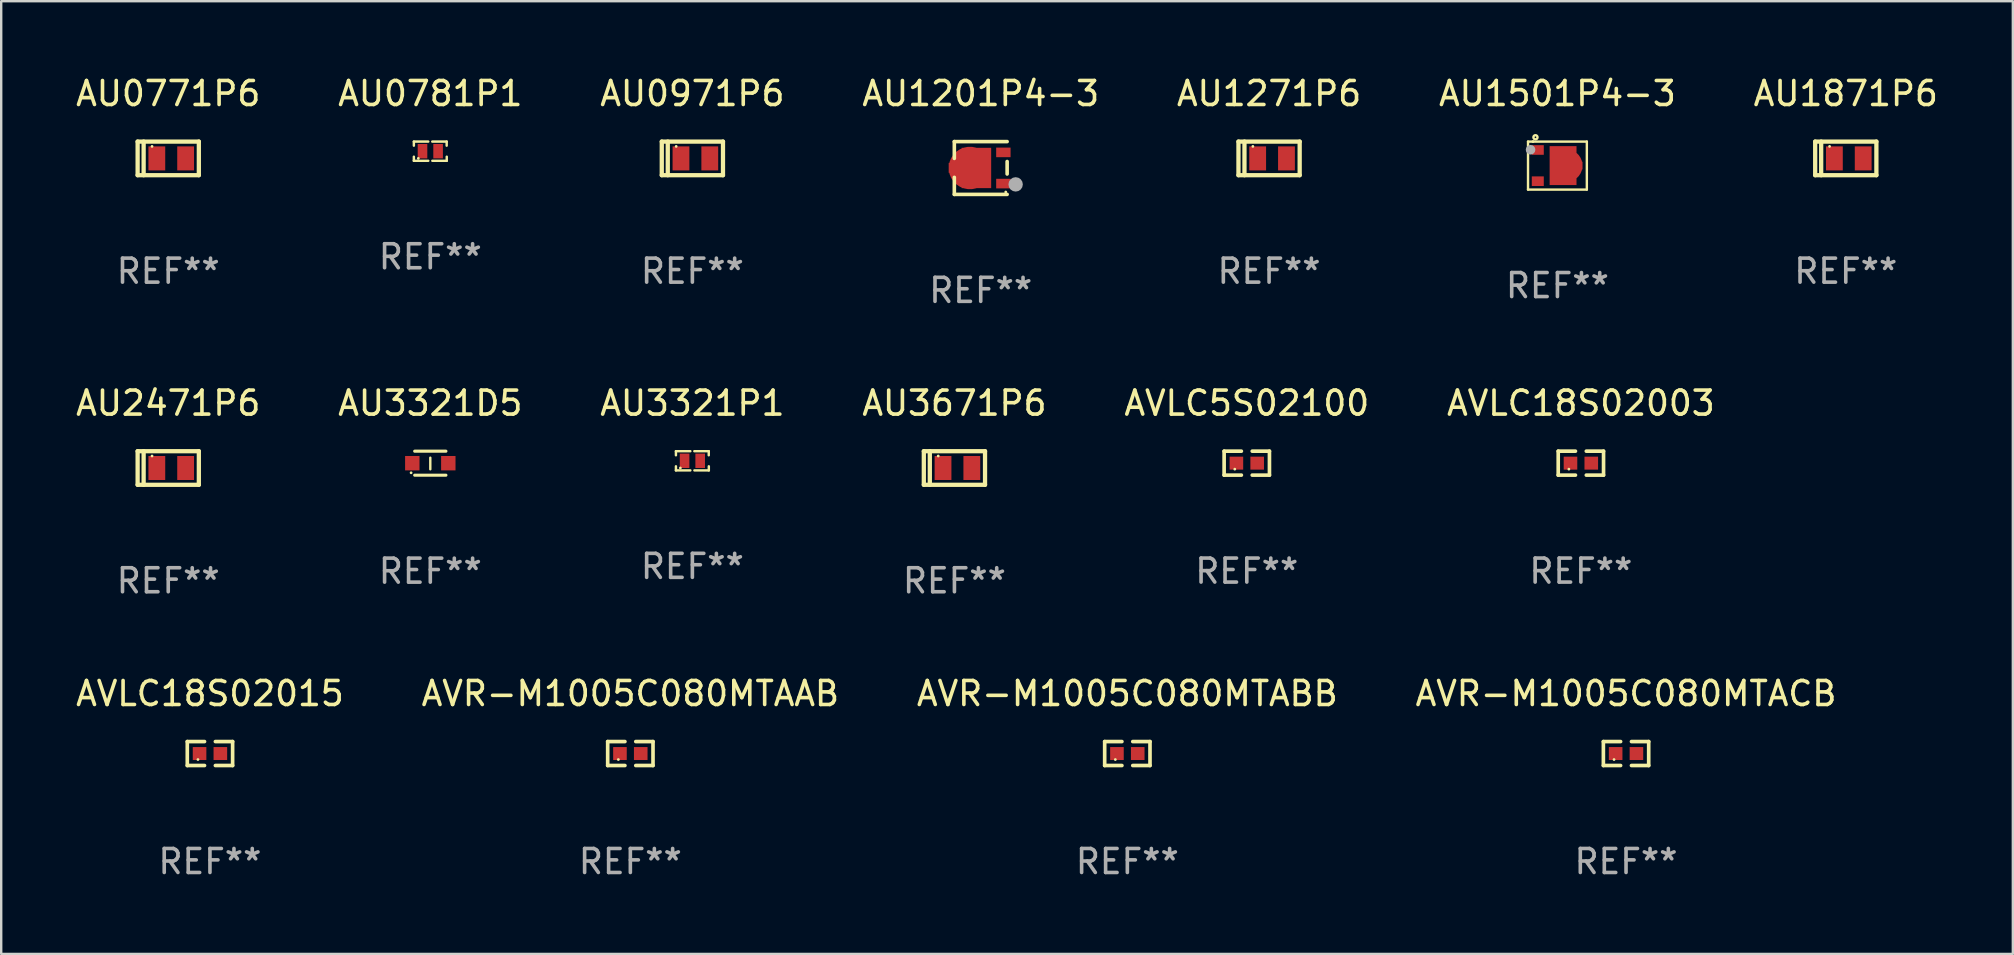
<source format=kicad_pcb>
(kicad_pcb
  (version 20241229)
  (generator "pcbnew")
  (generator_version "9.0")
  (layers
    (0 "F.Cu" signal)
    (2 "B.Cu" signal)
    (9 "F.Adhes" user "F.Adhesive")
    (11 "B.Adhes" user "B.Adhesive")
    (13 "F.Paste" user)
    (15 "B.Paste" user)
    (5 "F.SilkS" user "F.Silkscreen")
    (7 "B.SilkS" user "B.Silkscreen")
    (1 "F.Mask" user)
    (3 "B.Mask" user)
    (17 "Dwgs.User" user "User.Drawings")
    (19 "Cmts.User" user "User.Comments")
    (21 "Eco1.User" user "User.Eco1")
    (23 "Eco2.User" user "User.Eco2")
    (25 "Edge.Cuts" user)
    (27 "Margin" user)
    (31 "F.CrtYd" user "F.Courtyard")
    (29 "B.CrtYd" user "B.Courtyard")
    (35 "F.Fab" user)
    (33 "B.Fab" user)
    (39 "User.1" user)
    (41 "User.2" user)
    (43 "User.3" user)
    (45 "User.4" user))
  (footprint "AU3321D5"
    (layer "F.Cu")
    (at 14.875 16.245)
    (property "Reference" "AU3321D5" (at 0 -2.5 0) (layer "F.SilkS") (effects (font (size 1 1) (thickness 0.15))))
    (attr through_hole)
    (fp_line (start -0.65 -0.5) (end 0.65 -0.5) (stroke (width 0.13) (type solid)) (layer "F.SilkS"))
    (fp_line (start -0.65 0.5) (end 0.65 0.5) (stroke (width 0.13) (type solid)) (layer "F.SilkS"))
    (fp_line (start 0 -0.229) (end 0 0.254) (stroke (width 0.1) (type solid)) (layer "F.SilkS"))
    (fp_circle (center -0.8 0.4) (end -0.77 0.4) (stroke (width 0.06) (type solid)) (fill no) (layer "F.SilkS"))
    (fp_text user "REF**" (at 0 4.5 0) (layer "F.Fab") (effects (font (size 1 1) (thickness 0.15))))
    (pad "1" smd rect (at -0.75 0) (size 0.6 0.6) (layers "F.Cu" "F.Mask" "F.Paste"))
    (pad "2" smd rect (at 0.75 0 180) (size 0.6 0.6) (layers "F.Cu" "F.Mask" "F.Paste")))
  (footprint "AU0781P1"
    (layer "F.Cu")
    (at 14.875 3.248)
    (property "Reference" "AU0781P1" (at 0 -2.4 0) (layer "F.SilkS") (effects (font (size 1 1) (thickness 0.15))))
    (attr through_hole)
    (fp_line (start -0.685 -0.4) (end -0.685 -0.23) (stroke (width 0.102) (type solid)) (layer "F.SilkS"))
    (fp_line (start -0.685 0.4) (end -0.685 0.23) (stroke (width 0.102) (type solid)) (layer "F.SilkS"))
    (fp_line (start -0.085 -0.4) (end -0.685 -0.4) (stroke (width 0.102) (type solid)) (layer "F.SilkS"))
    (fp_line (start -0.085 0.4) (end -0.685 0.4) (stroke (width 0.102) (type solid)) (layer "F.SilkS"))
    (fp_line (start 0.082 -0.4) (end 0.682 -0.4) (stroke (width 0.102) (type solid)) (layer "F.SilkS"))
    (fp_line (start 0.085 0.4) (end 0.685 0.4) (stroke (width 0.102) (type solid)) (layer "F.SilkS"))
    (fp_line (start 0.682 -0.4) (end 0.682 -0.23) (stroke (width 0.102) (type solid)) (layer "F.SilkS"))
    (fp_line (start 0.685 0.4) (end 0.685 0.23) (stroke (width 0.102) (type solid)) (layer "F.SilkS"))
    (fp_circle (center -0.5 0.3) (end -0.47 0.3) (stroke (width 0.06) (type solid)) (fill no) (layer "F.SilkS"))
    (fp_text user "REF**" (at 0 4.4 0) (layer "F.Fab") (effects (font (size 1 1) (thickness 0.15))))
    (pad "1" smd rect (at -0.325 0) (size 0.4 0.6) (layers "F.Cu" "F.Mask" "F.Paste"))
    (pad "2" smd rect (at 0.325 0) (size 0.4 0.6) (layers "F.Cu" "F.Mask" "F.Paste")))
  (footprint "AU3671P6"
    (layer "F.Cu")
    (at 36.708 16.445)
    (property "Reference" "AU3671P6" (at 0 -2.7 0) (layer "F.SilkS") (effects (font (size 1 1) (thickness 0.15))))
    (attr through_hole)
    (fp_line (start -1.275 -0.7) (end -1.275 0.7) (stroke (width 0.178) (type solid)) (layer "F.SilkS"))
    (fp_line (start -1.275 -0.7) (end 1.275 -0.7) (stroke (width 0.178) (type solid)) (layer "F.SilkS"))
    (fp_line (start -1.275 0.7) (end 1.275 0.7) (stroke (width 0.178) (type solid)) (layer "F.SilkS"))
    (fp_line (start -1.025 -0.7) (end -1.025 0.7) (stroke (width 0.178) (type solid)) (layer "F.SilkS"))
    (fp_line (start 1.275 -0.7) (end 1.275 0.7) (stroke (width 0.178) (type solid)) (layer "F.SilkS"))
    (fp_circle (center -0.675 -0.5) (end -0.645 -0.5) (stroke (width 0.06) (type solid)) (fill no) (layer "F.SilkS"))
    (fp_text user "REF**" (at 0 4.7 0) (layer "F.Fab") (effects (font (size 1 1) (thickness 0.15))))
    (pad "1" smd rect (at -0.475 0 90) (size 1 0.7) (layers "F.Cu" "F.Mask" "F.Paste"))
    (pad "2" smd rect (at 0.725 0 90) (size 1 0.7) (layers "F.Cu" "F.Mask" "F.Paste")))
  (footprint "AU1871P6"
    (layer "F.Cu")
    (at 73.839 3.548)
    (property "Reference" "AU1871P6" (at 0 -2.7 0) (layer "F.SilkS") (effects (font (size 1 1) (thickness 0.15))))
    (attr through_hole)
    (fp_line (start -1.275 -0.7) (end -1.275 0.7) (stroke (width 0.178) (type solid)) (layer "F.SilkS"))
    (fp_line (start -1.275 -0.7) (end 1.275 -0.7) (stroke (width 0.178) (type solid)) (layer "F.SilkS"))
    (fp_line (start -1.275 0.7) (end 1.275 0.7) (stroke (width 0.178) (type solid)) (layer "F.SilkS"))
    (fp_line (start -1.025 -0.7) (end -1.025 0.7) (stroke (width 0.178) (type solid)) (layer "F.SilkS"))
    (fp_line (start 1.275 -0.7) (end 1.275 0.7) (stroke (width 0.178) (type solid)) (layer "F.SilkS"))
    (fp_circle (center -0.675 -0.5) (end -0.645 -0.5) (stroke (width 0.06) (type solid)) (fill no) (layer "F.SilkS"))
    (fp_text user "REF**" (at 0 4.7 0) (layer "F.Fab") (effects (font (size 1 1) (thickness 0.15))))
    (pad "1" smd rect (at -0.475 0 90) (size 1 0.7) (layers "F.Cu" "F.Mask" "F.Paste"))
    (pad "2" smd rect (at 0.725 0 90) (size 1 0.7) (layers "F.Cu" "F.Mask" "F.Paste")))
  (footprint "AU3321P1"
    (layer "F.Cu")
    (at 25.792 16.145)
    (property "Reference" "AU3321P1" (at 0 -2.4 0) (layer "F.SilkS") (effects (font (size 1 1) (thickness 0.15))))
    (attr through_hole)
    (fp_line (start -0.685 -0.4) (end -0.685 -0.23) (stroke (width 0.102) (type solid)) (layer "F.SilkS"))
    (fp_line (start -0.685 0.4) (end -0.685 0.23) (stroke (width 0.102) (type solid)) (layer "F.SilkS"))
    (fp_line (start -0.085 -0.4) (end -0.685 -0.4) (stroke (width 0.102) (type solid)) (layer "F.SilkS"))
    (fp_line (start -0.085 0.4) (end -0.685 0.4) (stroke (width 0.102) (type solid)) (layer "F.SilkS"))
    (fp_line (start 0.082 -0.4) (end 0.682 -0.4) (stroke (width 0.102) (type solid)) (layer "F.SilkS"))
    (fp_line (start 0.085 0.4) (end 0.685 0.4) (stroke (width 0.102) (type solid)) (layer "F.SilkS"))
    (fp_line (start 0.682 -0.4) (end 0.682 -0.23) (stroke (width 0.102) (type solid)) (layer "F.SilkS"))
    (fp_line (start 0.685 0.4) (end 0.685 0.23) (stroke (width 0.102) (type solid)) (layer "F.SilkS"))
    (fp_circle (center -0.5 0.3) (end -0.47 0.3) (stroke (width 0.06) (type solid)) (fill no) (layer "F.SilkS"))
    (fp_text user "REF**" (at 0 4.4 0) (layer "F.Fab") (effects (font (size 1 1) (thickness 0.15))))
    (pad "1" smd rect (at -0.325 0) (size 0.4 0.6) (layers "F.Cu" "F.Mask" "F.Paste"))
    (pad "2" smd rect (at 0.325 0) (size 0.4 0.6) (layers "F.Cu" "F.Mask" "F.Paste")))
  (footprint "AU2471P6"
    (layer "F.Cu")
    (at 3.958 16.445)
    (property "Reference" "AU2471P6" (at 0 -2.7 0) (layer "F.SilkS") (effects (font (size 1 1) (thickness 0.15))))
    (attr through_hole)
    (fp_line (start -1.275 -0.7) (end -1.275 0.7) (stroke (width 0.178) (type solid)) (layer "F.SilkS"))
    (fp_line (start -1.275 -0.7) (end 1.275 -0.7) (stroke (width 0.178) (type solid)) (layer "F.SilkS"))
    (fp_line (start -1.275 0.7) (end 1.275 0.7) (stroke (width 0.178) (type solid)) (layer "F.SilkS"))
    (fp_line (start -1.025 -0.7) (end -1.025 0.7) (stroke (width 0.178) (type solid)) (layer "F.SilkS"))
    (fp_line (start 1.275 -0.7) (end 1.275 0.7) (stroke (width 0.178) (type solid)) (layer "F.SilkS"))
    (fp_circle (center -0.675 -0.5) (end -0.645 -0.5) (stroke (width 0.06) (type solid)) (fill no) (layer "F.SilkS"))
    (fp_text user "REF**" (at 0 4.7 0) (layer "F.Fab") (effects (font (size 1 1) (thickness 0.15))))
    (pad "1" smd rect (at -0.475 0 90) (size 1 0.7) (layers "F.Cu" "F.Mask" "F.Paste"))
    (pad "2" smd rect (at 0.725 0 90) (size 1 0.7) (layers "F.Cu" "F.Mask" "F.Paste")))
  (footprint "AU0771P6"
    (layer "F.Cu")
    (at 3.958 3.548)
    (property "Reference" "AU0771P6" (at 0 -2.7 0) (layer "F.SilkS") (effects (font (size 1 1) (thickness 0.15))))
    (attr through_hole)
    (fp_line (start -1.275 -0.7) (end -1.275 0.7) (stroke (width 0.178) (type solid)) (layer "F.SilkS"))
    (fp_line (start -1.275 -0.7) (end 1.275 -0.7) (stroke (width 0.178) (type solid)) (layer "F.SilkS"))
    (fp_line (start -1.275 0.7) (end 1.275 0.7) (stroke (width 0.178) (type solid)) (layer "F.SilkS"))
    (fp_line (start -1.025 -0.7) (end -1.025 0.7) (stroke (width 0.178) (type solid)) (layer "F.SilkS"))
    (fp_line (start 1.275 -0.7) (end 1.275 0.7) (stroke (width 0.178) (type solid)) (layer "F.SilkS"))
    (fp_circle (center -0.675 -0.5) (end -0.645 -0.5) (stroke (width 0.06) (type solid)) (fill no) (layer "F.SilkS"))
    (fp_text user "REF**" (at 0 4.7 0) (layer "F.Fab") (effects (font (size 1 1) (thickness 0.15))))
    (pad "1" smd rect (at -0.475 0 90) (size 1 0.7) (layers "F.Cu" "F.Mask" "F.Paste"))
    (pad "2" smd rect (at 0.725 0 90) (size 1 0.7) (layers "F.Cu" "F.Mask" "F.Paste")))
  (footprint "AVLC18S02003"
    (layer "F.Cu")
    (at 62.804 16.243)
    (property "Reference" "AVLC18S02003" (at 0 -2.499 0) (layer "F.SilkS") (effects (font (size 1 1) (thickness 0.15))))
    (attr through_hole)
    (fp_line (start -0.944 -0.499) (end -0.226 -0.499) (stroke (width 0.152) (type solid)) (layer "F.SilkS"))
    (fp_line (start -0.944 0.499) (end -0.944 -0.499) (stroke (width 0.152) (type solid)) (layer "F.SilkS"))
    (fp_line (start -0.226 0.499) (end -0.944 0.499) (stroke (width 0.152) (type solid)) (layer "F.SilkS"))
    (fp_line (start 0.226 0.499) (end 0.944 0.499) (stroke (width 0.152) (type solid)) (layer "F.SilkS"))
    (fp_line (start 0.944 -0.499) (end 0.226 -0.499) (stroke (width 0.152) (type solid)) (layer "F.SilkS"))
    (fp_line (start 0.944 0.499) (end 0.944 -0.499) (stroke (width 0.152) (type solid)) (layer "F.SilkS"))
    (fp_circle (center -0.5 0.25) (end -0.47 0.25) (stroke (width 0.06) (type solid)) (fill no) (layer "F.SilkS"))
    (fp_text user "REF**" (at 0 4.499 0) (layer "F.Fab") (effects (font (size 1 1) (thickness 0.15))))
    (pad "1" smd rect (at -0.433 0) (size 0.566 0.54) (layers "F.Cu" "F.Mask" "F.Paste"))
    (pad "2" smd rect (at 0.433 0) (size 0.566 0.54) (layers "F.Cu" "F.Mask" "F.Paste")))
  (footprint "AU0971P6"
    (layer "F.Cu")
    (at 25.792 3.548)
    (property "Reference" "AU0971P6" (at 0 -2.7 0) (layer "F.SilkS") (effects (font (size 1 1) (thickness 0.15))))
    (attr through_hole)
    (fp_line (start -1.275 -0.7) (end -1.275 0.7) (stroke (width 0.178) (type solid)) (layer "F.SilkS"))
    (fp_line (start -1.275 -0.7) (end 1.275 -0.7) (stroke (width 0.178) (type solid)) (layer "F.SilkS"))
    (fp_line (start -1.275 0.7) (end 1.275 0.7) (stroke (width 0.178) (type solid)) (layer "F.SilkS"))
    (fp_line (start -1.025 -0.7) (end -1.025 0.7) (stroke (width 0.178) (type solid)) (layer "F.SilkS"))
    (fp_line (start 1.275 -0.7) (end 1.275 0.7) (stroke (width 0.178) (type solid)) (layer "F.SilkS"))
    (fp_circle (center -0.675 -0.5) (end -0.645 -0.5) (stroke (width 0.06) (type solid)) (fill no) (layer "F.SilkS"))
    (fp_text user "REF**" (at 0 4.7 0) (layer "F.Fab") (effects (font (size 1 1) (thickness 0.15))))
    (pad "1" smd rect (at -0.475 0 90) (size 1 0.7) (layers "F.Cu" "F.Mask" "F.Paste"))
    (pad "2" smd rect (at 0.725 0 90) (size 1 0.7) (layers "F.Cu" "F.Mask" "F.Paste")))
  (footprint "AVLC18S02015"
    (layer "F.Cu")
    (at 5.696 28.34)
    (property "Reference" "AVLC18S02015" (at 0 -2.499 0) (layer "F.SilkS") (effects (font (size 1 1) (thickness 0.15))))
    (attr through_hole)
    (fp_line (start -0.944 -0.499) (end -0.226 -0.499) (stroke (width 0.152) (type solid)) (layer "F.SilkS"))
    (fp_line (start -0.944 0.499) (end -0.944 -0.499) (stroke (width 0.152) (type solid)) (layer "F.SilkS"))
    (fp_line (start -0.226 0.499) (end -0.944 0.499) (stroke (width 0.152) (type solid)) (layer "F.SilkS"))
    (fp_line (start 0.226 0.499) (end 0.944 0.499) (stroke (width 0.152) (type solid)) (layer "F.SilkS"))
    (fp_line (start 0.944 -0.499) (end 0.226 -0.499) (stroke (width 0.152) (type solid)) (layer "F.SilkS"))
    (fp_line (start 0.944 0.499) (end 0.944 -0.499) (stroke (width 0.152) (type solid)) (layer "F.SilkS"))
    (fp_circle (center -0.5 0.25) (end -0.47 0.25) (stroke (width 0.06) (type solid)) (fill no) (layer "F.SilkS"))
    (fp_text user "REF**" (at 0 4.499 0) (layer "F.Fab") (effects (font (size 1 1) (thickness 0.15))))
    (pad "1" smd rect (at -0.433 0) (size 0.566 0.54) (layers "F.Cu" "F.Mask" "F.Paste"))
    (pad "2" smd rect (at 0.433 0) (size 0.566 0.54) (layers "F.Cu" "F.Mask" "F.Paste")))
  (footprint "AU1201P4-3"
    (layer "F.Cu")
    (at 37.804 3.948)
    (property "Reference" "AU1201P4-3" (at 0 -3.1 0) (layer "F.SilkS") (effects (font (size 1 1) (thickness 0.15))))
    (attr through_hole)
    (fp_line (start -1.1 -1.1) (end -1.1 -0.4) (stroke (width 0.15) (type solid)) (layer "F.SilkS"))
    (fp_line (start -1.1 -1.1) (end 1.1 -1.1) (stroke (width 0.15) (type solid)) (layer "F.SilkS"))
    (fp_line (start -1.1 1.1) (end -1.1 0.39) (stroke (width 0.15) (type solid)) (layer "F.SilkS"))
    (fp_line (start 1.1 -0.27) (end 1.1 0.25) (stroke (width 0.15) (type solid)) (layer "F.SilkS"))
    (fp_line (start 1.1 1.1) (end -1.1 1.1) (stroke (width 0.15) (type solid)) (layer "F.SilkS"))
    (fp_circle (center 1.042 1) (end 1.072 1) (stroke (width 0.06) (type solid)) (fill no) (layer "F.SilkS"))
    (fp_circle (center 1.454 0.683) (end 1.604 0.683) (stroke (width 0.3) (type solid)) (fill no) (layer "F.Fab"))
    (fp_text user "REF**" (at 0 5.1 0) (layer "F.Fab") (effects (font (size 1 1) (thickness 0.15))))
    (pad "1" smd rect (at 0.943 0.65) (size 0.6 0.4) (layers "F.Cu" "F.Mask" "F.Paste"))
    (pad "2" smd rect (at 0.943 -0.65) (size 0.6 0.4) (layers "F.Cu" "F.Mask" "F.Paste"))
    (pad "3" smd custom (at -0.45 0) (size 1.77 1.68) (layers "F.Cu" "F.Mask" "F.Paste") (options (anchor circle)) (primitives (gr_poly (pts (xy -0.885 -0.21) (xy -0.345 -0.21) (xy -0.345 -0.84) (xy 0.885 -0.84) (xy 0.885 0.84) (xy -0.345 0.84) (xy -0.345 0.2) (xy -0.885 0.2) (xy -0.885 -0.21)) (width 0) (fill yes)))))
  (footprint "AU1271P6"
    (layer "F.Cu")
    (at 49.815 3.548)
    (property "Reference" "AU1271P6" (at 0 -2.7 0) (layer "F.SilkS") (effects (font (size 1 1) (thickness 0.15))))
    (attr through_hole)
    (fp_line (start -1.275 -0.7) (end -1.275 0.7) (stroke (width 0.178) (type solid)) (layer "F.SilkS"))
    (fp_line (start -1.275 -0.7) (end 1.275 -0.7) (stroke (width 0.178) (type solid)) (layer "F.SilkS"))
    (fp_line (start -1.275 0.7) (end 1.275 0.7) (stroke (width 0.178) (type solid)) (layer "F.SilkS"))
    (fp_line (start -1.025 -0.7) (end -1.025 0.7) (stroke (width 0.178) (type solid)) (layer "F.SilkS"))
    (fp_line (start 1.275 -0.7) (end 1.275 0.7) (stroke (width 0.178) (type solid)) (layer "F.SilkS"))
    (fp_circle (center -0.675 -0.5) (end -0.645 -0.5) (stroke (width 0.06) (type solid)) (fill no) (layer "F.SilkS"))
    (fp_text user "REF**" (at 0 4.7 0) (layer "F.Fab") (effects (font (size 1 1) (thickness 0.15))))
    (pad "1" smd rect (at -0.475 0 90) (size 1 0.7) (layers "F.Cu" "F.Mask" "F.Paste"))
    (pad "2" smd rect (at 0.725 0 90) (size 1 0.7) (layers "F.Cu" "F.Mask" "F.Paste")))
  (footprint "AU1501P4-3"
    (layer "F.Cu")
    (at 61.827 3.848)
    (property "Reference" "AU1501P4-3" (at 0 -3 0) (layer "F.SilkS") (effects (font (size 1 1) (thickness 0.15))))
    (attr through_hole)
    (fp_line (start -1.225 -1) (end -1.225 1) (stroke (width 0.1) (type solid)) (layer "F.SilkS"))
    (fp_line (start -1.225 -1) (end 1.225 -1) (stroke (width 0.1) (type solid)) (layer "F.SilkS"))
    (fp_line (start -1.225 1) (end 1.225 1) (stroke (width 0.1) (type solid)) (layer "F.SilkS"))
    (fp_line (start 1.225 -1) (end 1.225 1) (stroke (width 0.1) (type solid)) (layer "F.SilkS"))
    (fp_circle (center -1.019 -1) (end -0.989 -1) (stroke (width 0.06) (type solid)) (fill no) (layer "F.SilkS"))
    (fp_circle (center -0.915 -1.18) (end -0.879 -1.18) (stroke (width 0.1) (type solid)) (fill no) (layer "F.SilkS"))
    (fp_circle (center -1.119 -0.66) (end -1.019 -0.66) (stroke (width 0.2) (type solid)) (fill no) (layer "F.Fab"))
    (fp_text user "REF**" (at 0 5 0) (layer "F.Fab") (effects (font (size 1 1) (thickness 0.15))))
    (pad "1" smd rect (at -0.818 -0.65) (size 0.5 0.4) (layers "F.Cu" "F.Mask" "F.Paste"))
    (pad "2" smd rect (at -0.818 0.65) (size 0.5 0.4) (layers "F.Cu" "F.Mask" "F.Paste"))
    (pad "3" smd custom (at 0.36 0) (size 1.37 1.62) (layers "F.Cu" "F.Mask" "F.Paste") (options (anchor circle)) (primitives (gr_poly (pts (xy -0.685 -0.81) (xy -0.685 0.81) (xy 0.435 0.81) (xy 0.435 0.16) (xy 0.685 0.16) (xy 0.685 -0.16) (xy 0.435 -0.16) (xy 0.435 -0.81) (xy -0.545 -0.81)) (width 0) (fill yes)))))
  (footprint "AVR-M1005C080MTABB"
    (layer "F.Cu")
    (at 43.911 28.34)
    (property "Reference" "AVR-M1005C080MTABB" (at 0 -2.499 0) (layer "F.SilkS") (effects (font (size 1 1) (thickness 0.15))))
    (attr through_hole)
    (fp_line (start -0.944 -0.499) (end -0.226 -0.499) (stroke (width 0.152) (type solid)) (layer "F.SilkS"))
    (fp_line (start -0.944 0.499) (end -0.944 -0.499) (stroke (width 0.152) (type solid)) (layer "F.SilkS"))
    (fp_line (start -0.226 0.499) (end -0.944 0.499) (stroke (width 0.152) (type solid)) (layer "F.SilkS"))
    (fp_line (start 0.226 0.499) (end 0.944 0.499) (stroke (width 0.152) (type solid)) (layer "F.SilkS"))
    (fp_line (start 0.944 -0.499) (end 0.226 -0.499) (stroke (width 0.152) (type solid)) (layer "F.SilkS"))
    (fp_line (start 0.944 0.499) (end 0.944 -0.499) (stroke (width 0.152) (type solid)) (layer "F.SilkS"))
    (fp_circle (center -0.5 0.25) (end -0.47 0.25) (stroke (width 0.06) (type solid)) (fill no) (layer "F.SilkS"))
    (fp_text user "REF**" (at 0 4.499 0) (layer "F.Fab") (effects (font (size 1 1) (thickness 0.15))))
    (pad "1" smd rect (at -0.433 0) (size 0.566 0.54) (layers "F.Cu" "F.Mask" "F.Paste"))
    (pad "2" smd rect (at 0.433 0) (size 0.566 0.54) (layers "F.Cu" "F.Mask" "F.Paste")))
  (footprint "AVR-M1005C080MTACB"
    (layer "F.Cu")
    (at 64.685 28.34)
    (property "Reference" "AVR-M1005C080MTACB" (at 0 -2.499 0) (layer "F.SilkS") (effects (font (size 1 1) (thickness 0.15))))
    (attr through_hole)
    (fp_line (start -0.944 -0.499) (end -0.226 -0.499) (stroke (width 0.152) (type solid)) (layer "F.SilkS"))
    (fp_line (start -0.944 0.499) (end -0.944 -0.499) (stroke (width 0.152) (type solid)) (layer "F.SilkS"))
    (fp_line (start -0.226 0.499) (end -0.944 0.499) (stroke (width 0.152) (type solid)) (layer "F.SilkS"))
    (fp_line (start 0.226 0.499) (end 0.944 0.499) (stroke (width 0.152) (type solid)) (layer "F.SilkS"))
    (fp_line (start 0.944 -0.499) (end 0.226 -0.499) (stroke (width 0.152) (type solid)) (layer "F.SilkS"))
    (fp_line (start 0.944 0.499) (end 0.944 -0.499) (stroke (width 0.152) (type solid)) (layer "F.SilkS"))
    (fp_circle (center -0.5 0.25) (end -0.47 0.25) (stroke (width 0.06) (type solid)) (fill no) (layer "F.SilkS"))
    (fp_text user "REF**" (at 0 4.499 0) (layer "F.Fab") (effects (font (size 1 1) (thickness 0.15))))
    (pad "1" smd rect (at -0.433 0) (size 0.566 0.54) (layers "F.Cu" "F.Mask" "F.Paste"))
    (pad "2" smd rect (at 0.433 0) (size 0.566 0.54) (layers "F.Cu" "F.Mask" "F.Paste")))
  (footprint "AVLC5S02100"
    (layer "F.Cu")
    (at 48.887 16.243)
    (property "Reference" "AVLC5S02100" (at 0 -2.499 0) (layer "F.SilkS") (effects (font (size 1 1) (thickness 0.15))))
    (attr through_hole)
    (fp_line (start -0.944 -0.499) (end -0.226 -0.499) (stroke (width 0.152) (type solid)) (layer "F.SilkS"))
    (fp_line (start -0.944 0.499) (end -0.944 -0.499) (stroke (width 0.152) (type solid)) (layer "F.SilkS"))
    (fp_line (start -0.226 0.499) (end -0.944 0.499) (stroke (width 0.152) (type solid)) (layer "F.SilkS"))
    (fp_line (start 0.226 0.499) (end 0.944 0.499) (stroke (width 0.152) (type solid)) (layer "F.SilkS"))
    (fp_line (start 0.944 -0.499) (end 0.226 -0.499) (stroke (width 0.152) (type solid)) (layer "F.SilkS"))
    (fp_line (start 0.944 0.499) (end 0.944 -0.499) (stroke (width 0.152) (type solid)) (layer "F.SilkS"))
    (fp_circle (center -0.5 0.25) (end -0.47 0.25) (stroke (width 0.06) (type solid)) (fill no) (layer "F.SilkS"))
    (fp_text user "REF**" (at 0 4.499 0) (layer "F.Fab") (effects (font (size 1 1) (thickness 0.15))))
    (pad "1" smd rect (at -0.433 0) (size 0.566 0.54) (layers "F.Cu" "F.Mask" "F.Paste"))
    (pad "2" smd rect (at 0.433 0) (size 0.566 0.54) (layers "F.Cu" "F.Mask" "F.Paste")))
  (footprint "AVR-M1005C080MTAAB"
    (layer "F.Cu")
    (at 23.208 28.34)
    (property "Reference" "AVR-M1005C080MTAAB" (at 0 -2.499 0) (layer "F.SilkS") (effects (font (size 1 1) (thickness 0.15))))
    (attr through_hole)
    (fp_line (start -0.944 -0.499) (end -0.226 -0.499) (stroke (width 0.152) (type solid)) (layer "F.SilkS"))
    (fp_line (start -0.944 0.499) (end -0.944 -0.499) (stroke (width 0.152) (type solid)) (layer "F.SilkS"))
    (fp_line (start -0.226 0.499) (end -0.944 0.499) (stroke (width 0.152) (type solid)) (layer "F.SilkS"))
    (fp_line (start 0.226 0.499) (end 0.944 0.499) (stroke (width 0.152) (type solid)) (layer "F.SilkS"))
    (fp_line (start 0.944 -0.499) (end 0.226 -0.499) (stroke (width 0.152) (type solid)) (layer "F.SilkS"))
    (fp_line (start 0.944 0.499) (end 0.944 -0.499) (stroke (width 0.152) (type solid)) (layer "F.SilkS"))
    (fp_circle (center -0.5 0.25) (end -0.47 0.25) (stroke (width 0.06) (type solid)) (fill no) (layer "F.SilkS"))
    (fp_text user "REF**" (at 0 4.499 0) (layer "F.Fab") (effects (font (size 1 1) (thickness 0.15))))
    (pad "1" smd rect (at -0.433 0) (size 0.566 0.54) (layers "F.Cu" "F.Mask" "F.Paste"))
    (pad "2" smd rect (at 0.433 0) (size 0.566 0.54) (layers "F.Cu" "F.Mask" "F.Paste")))
  (gr_rect
    (start -3 -3)
    (end 80.798 36.687)
    (stroke (width 0.1) (type default))
    (fill no)
    (layer "Edge.Cuts")))
</source>
